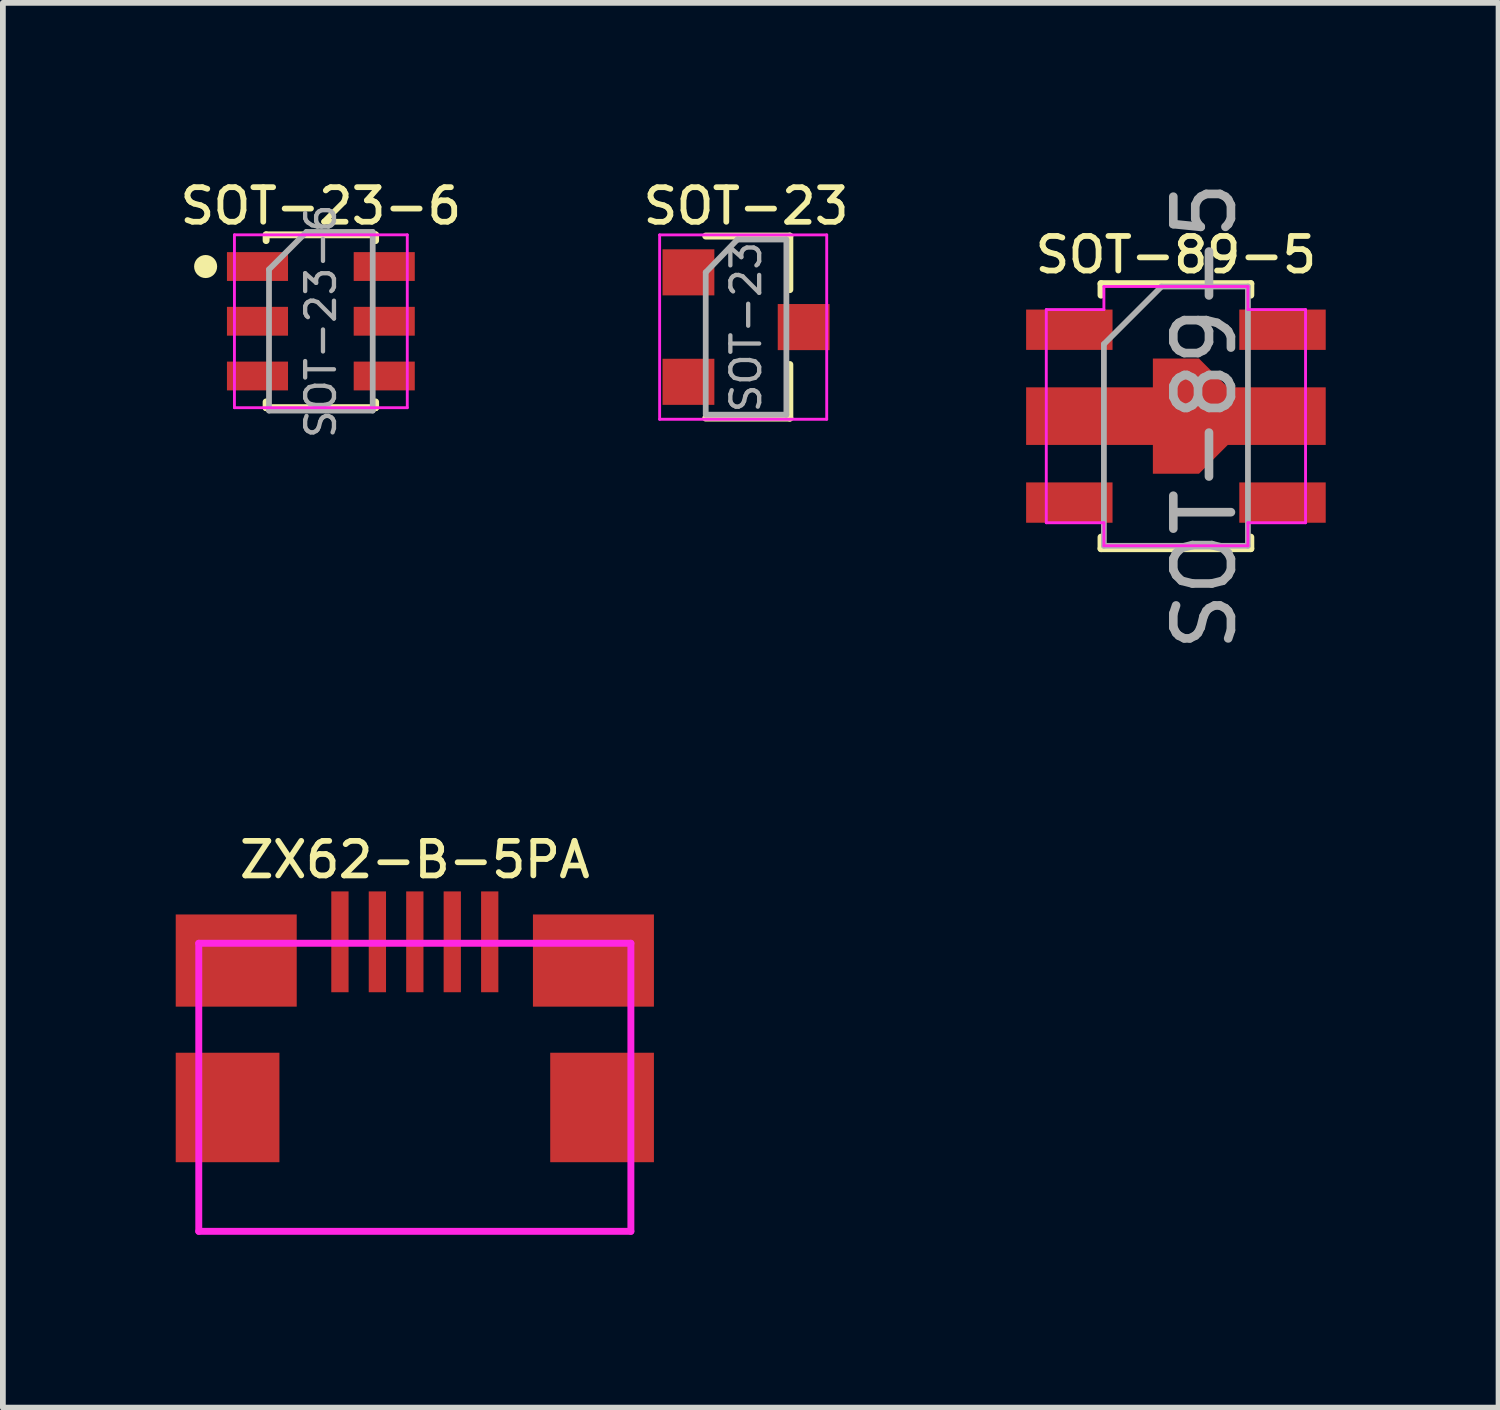
<source format=kicad_pcb>
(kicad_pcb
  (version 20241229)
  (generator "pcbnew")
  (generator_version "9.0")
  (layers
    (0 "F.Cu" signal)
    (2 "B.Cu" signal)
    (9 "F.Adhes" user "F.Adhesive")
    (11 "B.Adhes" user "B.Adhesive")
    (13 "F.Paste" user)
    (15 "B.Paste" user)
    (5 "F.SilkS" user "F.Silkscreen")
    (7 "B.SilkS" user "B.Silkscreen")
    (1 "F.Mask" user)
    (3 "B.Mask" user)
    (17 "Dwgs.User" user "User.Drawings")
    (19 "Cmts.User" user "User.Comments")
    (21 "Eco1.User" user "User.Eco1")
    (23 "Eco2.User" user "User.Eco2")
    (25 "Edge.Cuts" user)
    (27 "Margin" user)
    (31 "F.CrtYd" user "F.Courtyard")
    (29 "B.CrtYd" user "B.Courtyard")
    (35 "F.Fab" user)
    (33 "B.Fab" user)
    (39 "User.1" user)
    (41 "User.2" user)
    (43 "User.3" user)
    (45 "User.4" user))
  (footprint "SOT-23"
    (layer "F.Cu")
    (at 9.899 2.627)
    (property "Reference" "SOT-23" (at 0 -2.1 0) (layer "F.SilkS") (effects (font (size 0.6 0.6) (thickness 0.1))))
    (attr smd)
    (fp_line (start 0.76 -1.58) (end -0.7 -1.58) (stroke (width 0.12) (type solid)) (layer "F.SilkS"))
    (fp_line (start 0.76 -1.58) (end 0.76 -0.65) (stroke (width 0.12) (type solid)) (layer "F.SilkS"))
    (fp_line (start 0.76 1.58) (end -0.7 1.58) (stroke (width 0.12) (type solid)) (layer "F.SilkS"))
    (fp_line (start 0.76 1.58) (end 0.76 0.65) (stroke (width 0.12) (type solid)) (layer "F.SilkS"))
    (fp_line (start -1.5 -1.6) (end 1.4 -1.6) (stroke (width 0.05) (type solid)) (layer "F.CrtYd"))
    (fp_line (start -1.5 1.6) (end -1.5 -1.6) (stroke (width 0.05) (type solid)) (layer "F.CrtYd"))
    (fp_line (start 1.4 -1.6) (end 1.4 1.6) (stroke (width 0.05) (type solid)) (layer "F.CrtYd"))
    (fp_line (start 1.4 1.6) (end -1.5 1.6) (stroke (width 0.05) (type solid)) (layer "F.CrtYd"))
    (fp_line (start -0.7 -0.95) (end -0.7 1.5) (stroke (width 0.1) (type solid)) (layer "F.Fab"))
    (fp_line (start -0.7 -0.95) (end -0.15 -1.52) (stroke (width 0.1) (type solid)) (layer "F.Fab"))
    (fp_line (start -0.7 1.52) (end 0.7 1.52) (stroke (width 0.1) (type solid)) (layer "F.Fab"))
    (fp_line (start -0.15 -1.52) (end 0.7 -1.52) (stroke (width 0.1) (type solid)) (layer "F.Fab"))
    (fp_line (start 0.7 -1.52) (end 0.7 1.52) (stroke (width 0.1) (type solid)) (layer "F.Fab"))
    (fp_text user "${REFERENCE}" (at 0 0 90) (layer "F.Fab") (effects (font (size 0.5 0.5) (thickness 0.075))))
    (pad "1" smd rect (at -1 -0.95) (size 0.9 0.8) (layers "F.Cu" "F.Mask" "F.Paste"))
    (pad "2" smd rect (at -1 0.95) (size 0.9 0.8) (layers "F.Cu" "F.Mask" "F.Paste"))
    (pad "3" smd rect (at 1 0) (size 0.9 0.8) (layers "F.Cu" "F.Mask" "F.Paste")))
  (footprint "SOT-89-5"
    (layer "F.Cu")
    (at 17.36 4.173)
    (property "Reference" "SOT-89-5" (at 0 -2.8 0) (layer "F.SilkS") (effects (font (size 0.6 0.6) (thickness 0.1))))
    (attr smd)
    (fp_line (start -1.3 -2.3) (end 1.3 -2.3) (stroke (width 0.12) (type solid)) (layer "F.SilkS"))
    (fp_line (start -1.3 -2.1) (end -1.3 -2.3) (stroke (width 0.12) (type solid)) (layer "F.SilkS"))
    (fp_line (start -1.3 2.1) (end -1.3 2.3) (stroke (width 0.12) (type solid)) (layer "F.SilkS"))
    (fp_line (start -1.3 2.3) (end 1.3 2.3) (stroke (width 0.12) (type solid)) (layer "F.SilkS"))
    (fp_line (start 1.3 -2.3) (end 1.3 -2.1) (stroke (width 0.12) (type solid)) (layer "F.SilkS"))
    (fp_line (start 1.3 2.3) (end 1.3 2.1) (stroke (width 0.12) (type solid)) (layer "F.SilkS"))
    (fp_line (start -2.25 1.85) (end -2.25 -1.85) (stroke (width 0.05) (type solid)) (layer "F.CrtYd"))
    (fp_line (start -1.25 -1.85) (end -2.25 -1.85) (stroke (width 0.05) (type solid)) (layer "F.CrtYd"))
    (fp_line (start -1.25 -1.85) (end -1.25 -2.25) (stroke (width 0.05) (type solid)) (layer "F.CrtYd"))
    (fp_line (start -1.25 1.85) (end -2.25 1.85) (stroke (width 0.05) (type solid)) (layer "F.CrtYd"))
    (fp_line (start -1.25 2.25) (end -1.25 1.85) (stroke (width 0.05) (type solid)) (layer "F.CrtYd"))
    (fp_line (start -1.25 2.25) (end 1.25 2.25) (stroke (width 0.05) (type solid)) (layer "F.CrtYd"))
    (fp_line (start 1.25 -2.25) (end -1.25 -2.25) (stroke (width 0.05) (type solid)) (layer "F.CrtYd"))
    (fp_line (start 1.25 -1.85) (end 1.25 -2.25) (stroke (width 0.05) (type solid)) (layer "F.CrtYd"))
    (fp_line (start 1.25 2.25) (end 1.25 1.85) (stroke (width 0.05) (type solid)) (layer "F.CrtYd"))
    (fp_line (start 2.25 -1.85) (end 1.25 -1.85) (stroke (width 0.05) (type solid)) (layer "F.CrtYd"))
    (fp_line (start 2.25 -1.85) (end 2.25 1.85) (stroke (width 0.05) (type solid)) (layer "F.CrtYd"))
    (fp_line (start 2.25 1.85) (end 1.25 1.85) (stroke (width 0.05) (type solid)) (layer "F.CrtYd"))
    (fp_line (start -1.25 -1.25) (end -0.25 -2.25) (stroke (width 0.1) (type solid)) (layer "F.Fab"))
    (fp_line (start -1.25 2.25) (end -1.25 -1.25) (stroke (width 0.1) (type solid)) (layer "F.Fab"))
    (fp_line (start -0.25 -2.25) (end 1.25 -2.25) (stroke (width 0.1) (type solid)) (layer "F.Fab"))
    (fp_line (start 1.25 -2.25) (end 1.25 2.25) (stroke (width 0.1) (type solid)) (layer "F.Fab"))
    (fp_line (start 1.25 2.25) (end -1.25 2.25) (stroke (width 0.1) (type solid)) (layer "F.Fab"))
    (fp_text user "${REFERENCE}" (at 0.5 0 90) (layer "F.Fab") (effects (font (size 1 1) (thickness 0.15))))
    (pad "1" smd rect (at -1.85 -1.5) (size 1.5 0.7) (layers "F.Cu" "F.Mask" "F.Paste"))
    (pad "2" smd custom (at 0 0) (size 0.8 2) (layers "F.Cu" "F.Mask" "F.Paste") (options (anchor rect)) (primitives (gr_poly (pts (xy -2.6 -0.5) (xy -0.4 -0.5) (xy -0.4 -1) (xy 0.4 -1) (xy 0.9 -0.5) (xy 2.6 -0.5) (xy 2.6 0.5) (xy 0.9 0.5) (xy 0.4 1) (xy -0.4 1) (xy -0.4 0.5) (xy -2.6 0.5)) (width 0) (fill yes))))
    (pad "3" smd rect (at -1.85 1.5) (size 1.5 0.7) (layers "F.Cu" "F.Mask" "F.Paste"))
    (pad "4" smd rect (at 1.85 1.5) (size 1.5 0.7) (layers "F.Cu" "F.Mask" "F.Paste"))
    (pad "5" smd rect (at 1.85 -1.5) (size 1.5 0.7) (layers "F.Cu" "F.Mask" "F.Paste")))
  (footprint "ZX62-B-5PA"
    (layer "F.Cu")
    (at 4.15 16.172)
    (property "Reference" "ZX62-B-5PA" (at 0 -4.3 0) (layer "F.SilkS") (effects (font (size 0.6 0.6) (thickness 0.1))))
    (attr through_hole)
    (fp_line (start -3.75 -2.85) (end 3.75 -2.85) (stroke (width 0.12) (type solid)) (layer "F.CrtYd"))
    (fp_line (start -3.75 2.15) (end -3.75 -2.85) (stroke (width 0.12) (type solid)) (layer "F.CrtYd"))
    (fp_line (start 3.75 -2.85) (end 3.75 2.15) (stroke (width 0.12) (type solid)) (layer "F.CrtYd"))
    (fp_line (start 3.75 2.15) (end -3.75 2.15) (stroke (width 0.12) (type solid)) (layer "F.CrtYd"))
    (pad "1" smd rect (at -1.3 -2.875) (size 0.3 1.75) (layers "F.Cu" "F.Mask" "F.Paste"))
    (pad "2" smd rect (at -0.65 -2.875) (size 0.3 1.75) (layers "F.Cu" "F.Mask" "F.Paste"))
    (pad "3" smd rect (at 0 -2.875) (size 0.3 1.75) (layers "F.Cu" "F.Mask" "F.Paste"))
    (pad "4" smd rect (at 0.65 -2.875) (size 0.3 1.75) (layers "F.Cu" "F.Mask" "F.Paste"))
    (pad "5" smd rect (at 1.3 -2.875) (size 0.3 1.75) (layers "F.Cu" "F.Mask" "F.Paste"))
    (pad "6" smd rect (at -3.25 0) (size 1.8 1.9) (layers "F.Cu" "F.Mask" "F.Paste"))
    (pad "6" smd rect (at -3.1 -2.55) (size 2.1 1.6) (layers "F.Cu" "F.Mask" "F.Paste"))
    (pad "6" smd rect (at 3.1 -2.55) (size 2.1 1.6) (layers "F.Cu" "F.Mask" "F.Paste"))
    (pad "6" smd rect (at 3.25 0) (size 1.8 1.9) (layers "F.Cu" "F.Mask" "F.Paste")))
  (footprint "SOT-23-6"
    (layer "F.Cu")
    (at 2.519 2.526)
    (property "Reference" "SOT-23-6" (at 0 -2 0) (layer "F.SilkS") (effects (font (size 0.6 0.6) (thickness 0.1))))
    (attr smd)
    (fp_line (start -0.95 -1.5) (end -0.95 -1.4) (stroke (width 0.12) (type solid)) (layer "F.SilkS"))
    (fp_line (start -0.95 1.4) (end -0.95 1.5) (stroke (width 0.12) (type solid)) (layer "F.SilkS"))
    (fp_line (start -0.95 1.5) (end 0.95 1.5) (stroke (width 0.12) (type solid)) (layer "F.SilkS"))
    (fp_line (start 0.95 -1.5) (end -0.95 -1.5) (stroke (width 0.12) (type solid)) (layer "F.SilkS"))
    (fp_line (start 0.95 -1.4) (end 0.95 -1.5) (stroke (width 0.12) (type solid)) (layer "F.SilkS"))
    (fp_line (start 0.95 1.5) (end 0.95 1.4) (stroke (width 0.12) (type solid)) (layer "F.SilkS"))
    (fp_circle (center -2 -0.95) (end -1.9 -0.95) (stroke (width 0.2) (type solid)) (fill no) (layer "F.SilkS"))
    (fp_line (start -1.5 -1.5) (end -1.5 1.5) (stroke (width 0.05) (type solid)) (layer "F.CrtYd"))
    (fp_line (start -1.5 1.5) (end 1.5 1.5) (stroke (width 0.05) (type solid)) (layer "F.CrtYd"))
    (fp_line (start 1.5 -1.5) (end -1.5 -1.5) (stroke (width 0.05) (type solid)) (layer "F.CrtYd"))
    (fp_line (start 1.5 1.5) (end 1.5 -1.5) (stroke (width 0.05) (type solid)) (layer "F.CrtYd"))
    (fp_line (start -0.9 -0.9) (end -0.9 1.55) (stroke (width 0.1) (type solid)) (layer "F.Fab"))
    (fp_line (start -0.9 -0.9) (end -0.25 -1.55) (stroke (width 0.1) (type solid)) (layer "F.Fab"))
    (fp_line (start 0.9 -1.55) (end -0.25 -1.55) (stroke (width 0.1) (type solid)) (layer "F.Fab"))
    (fp_line (start 0.9 -1.55) (end 0.9 1.55) (stroke (width 0.1) (type solid)) (layer "F.Fab"))
    (fp_line (start 0.9 1.55) (end -0.9 1.55) (stroke (width 0.1) (type solid)) (layer "F.Fab"))
    (fp_text user "${REFERENCE}" (at 0 0 90) (layer "F.Fab") (effects (font (size 0.5 0.5) (thickness 0.075))))
    (pad "1" smd rect (at -1.1 -0.95) (size 1.06 0.5) (layers "F.Cu" "F.Mask" "F.Paste"))
    (pad "2" smd rect (at -1.1 0) (size 1.06 0.5) (layers "F.Cu" "F.Mask" "F.Paste"))
    (pad "3" smd rect (at -1.1 0.95) (size 1.06 0.5) (layers "F.Cu" "F.Mask" "F.Paste"))
    (pad "4" smd rect (at 1.1 0.95) (size 1.06 0.5) (layers "F.Cu" "F.Mask" "F.Paste"))
    (pad "5" smd rect (at 1.1 0) (size 1.06 0.5) (layers "F.Cu" "F.Mask" "F.Paste"))
    (pad "6" smd rect (at 1.1 -0.95) (size 1.06 0.5) (layers "F.Cu" "F.Mask" "F.Paste")))
  (gr_rect
    (start -3 -3)
    (end 22.96 21.382)
    (stroke (width 0.1) (type default))
    (fill no)
    (layer "Edge.Cuts")))
</source>
